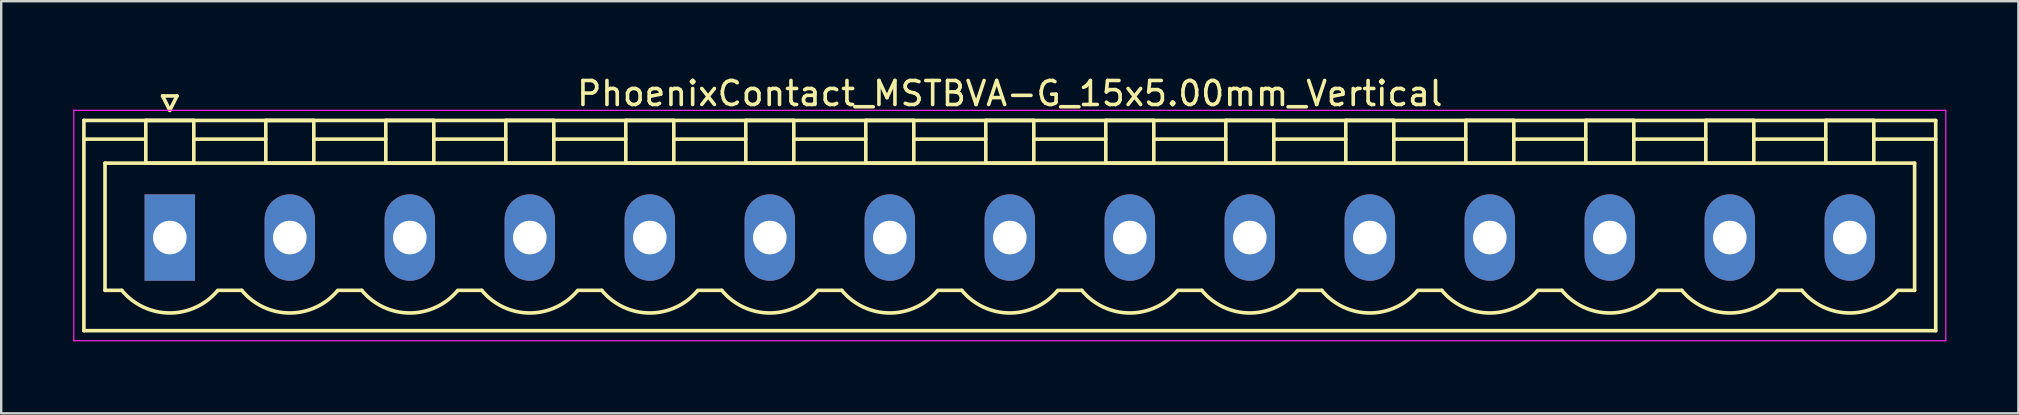
<source format=kicad_pcb>
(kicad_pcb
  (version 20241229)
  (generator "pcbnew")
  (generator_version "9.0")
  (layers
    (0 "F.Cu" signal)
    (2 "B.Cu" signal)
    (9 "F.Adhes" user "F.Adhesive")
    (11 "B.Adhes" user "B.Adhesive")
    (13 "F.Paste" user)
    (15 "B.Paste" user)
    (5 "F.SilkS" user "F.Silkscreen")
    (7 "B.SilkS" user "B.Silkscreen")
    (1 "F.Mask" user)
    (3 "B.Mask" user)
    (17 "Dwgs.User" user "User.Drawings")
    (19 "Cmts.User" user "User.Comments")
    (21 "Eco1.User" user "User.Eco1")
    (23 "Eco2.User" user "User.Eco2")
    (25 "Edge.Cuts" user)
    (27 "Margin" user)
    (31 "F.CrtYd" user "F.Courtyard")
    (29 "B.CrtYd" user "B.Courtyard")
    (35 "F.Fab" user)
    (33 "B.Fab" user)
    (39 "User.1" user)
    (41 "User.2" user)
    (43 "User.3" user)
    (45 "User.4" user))
  (footprint "PhoenixContact_MSTBVA-G_15x5.00mm_Vertical"
    (layer "F.Cu")
    (at 4.025 6.848)
    (property "Reference" "PhoenixContact_MSTBVA-G_15x5.00mm_Vertical" (at 35 -6 0) (layer "F.SilkS") (effects (font (size 1 1) (thickness 0.15))))
    (attr through_hole)
    (fp_line (start -3.58 -4.88) (end -3.58 3.88) (stroke (width 0.15) (type solid)) (layer "F.SilkS"))
    (fp_line (start -3.58 -4.1) (end -1.08 -4.1) (stroke (width 0.15) (type solid)) (layer "F.SilkS"))
    (fp_line (start -3.58 3.88) (end 73.58 3.88) (stroke (width 0.15) (type solid)) (layer "F.SilkS"))
    (fp_line (start -2.7 -3.1) (end 72.7 -3.1) (stroke (width 0.15) (type solid)) (layer "F.SilkS"))
    (fp_line (start -2.7 2.2) (end -2.7 -3.1) (stroke (width 0.15) (type solid)) (layer "F.SilkS"))
    (fp_line (start -2 2.2) (end -2.7 2.2) (stroke (width 0.15) (type solid)) (layer "F.SilkS"))
    (fp_line (start -1 -4.88) (end 1 -4.88) (stroke (width 0.15) (type solid)) (layer "F.SilkS"))
    (fp_line (start -1 -3.1) (end -1 -4.88) (stroke (width 0.15) (type solid)) (layer "F.SilkS"))
    (fp_line (start -0.3 -5.9) (end 0 -5.3) (stroke (width 0.15) (type solid)) (layer "F.SilkS"))
    (fp_line (start 0 -5.3) (end 0.3 -5.9) (stroke (width 0.15) (type solid)) (layer "F.SilkS"))
    (fp_line (start 0.3 -5.9) (end -0.3 -5.9) (stroke (width 0.15) (type solid)) (layer "F.SilkS"))
    (fp_line (start 1 -4.88) (end 1 -3.1) (stroke (width 0.15) (type solid)) (layer "F.SilkS"))
    (fp_line (start 1 -4.1) (end 4 -4.1) (stroke (width 0.15) (type solid)) (layer "F.SilkS"))
    (fp_line (start 1 -3.1) (end -1 -3.1) (stroke (width 0.15) (type solid)) (layer "F.SilkS"))
    (fp_line (start 2 2.2) (end 3 2.2) (stroke (width 0.15) (type solid)) (layer "F.SilkS"))
    (fp_line (start 4 -4.88) (end 6 -4.88) (stroke (width 0.15) (type solid)) (layer "F.SilkS"))
    (fp_line (start 4 -3.1) (end 4 -4.88) (stroke (width 0.15) (type solid)) (layer "F.SilkS"))
    (fp_line (start 6 -4.88) (end 6 -3.1) (stroke (width 0.15) (type solid)) (layer "F.SilkS"))
    (fp_line (start 6 -4.1) (end 9 -4.1) (stroke (width 0.15) (type solid)) (layer "F.SilkS"))
    (fp_line (start 6 -3.1) (end 4 -3.1) (stroke (width 0.15) (type solid)) (layer "F.SilkS"))
    (fp_line (start 7 2.2) (end 8 2.2) (stroke (width 0.15) (type solid)) (layer "F.SilkS"))
    (fp_line (start 9 -4.88) (end 11 -4.88) (stroke (width 0.15) (type solid)) (layer "F.SilkS"))
    (fp_line (start 9 -3.1) (end 9 -4.88) (stroke (width 0.15) (type solid)) (layer "F.SilkS"))
    (fp_line (start 11 -4.88) (end 11 -3.1) (stroke (width 0.15) (type solid)) (layer "F.SilkS"))
    (fp_line (start 11 -4.1) (end 14 -4.1) (stroke (width 0.15) (type solid)) (layer "F.SilkS"))
    (fp_line (start 11 -3.1) (end 9 -3.1) (stroke (width 0.15) (type solid)) (layer "F.SilkS"))
    (fp_line (start 12 2.2) (end 13 2.2) (stroke (width 0.15) (type solid)) (layer "F.SilkS"))
    (fp_line (start 14 -4.88) (end 16 -4.88) (stroke (width 0.15) (type solid)) (layer "F.SilkS"))
    (fp_line (start 14 -3.1) (end 14 -4.88) (stroke (width 0.15) (type solid)) (layer "F.SilkS"))
    (fp_line (start 16 -4.88) (end 16 -3.1) (stroke (width 0.15) (type solid)) (layer "F.SilkS"))
    (fp_line (start 16 -4.1) (end 19 -4.1) (stroke (width 0.15) (type solid)) (layer "F.SilkS"))
    (fp_line (start 16 -3.1) (end 14 -3.1) (stroke (width 0.15) (type solid)) (layer "F.SilkS"))
    (fp_line (start 17 2.2) (end 18 2.2) (stroke (width 0.15) (type solid)) (layer "F.SilkS"))
    (fp_line (start 19 -4.88) (end 21 -4.88) (stroke (width 0.15) (type solid)) (layer "F.SilkS"))
    (fp_line (start 19 -3.1) (end 19 -4.88) (stroke (width 0.15) (type solid)) (layer "F.SilkS"))
    (fp_line (start 21 -4.88) (end 21 -3.1) (stroke (width 0.15) (type solid)) (layer "F.SilkS"))
    (fp_line (start 21 -4.1) (end 24 -4.1) (stroke (width 0.15) (type solid)) (layer "F.SilkS"))
    (fp_line (start 21 -3.1) (end 19 -3.1) (stroke (width 0.15) (type solid)) (layer "F.SilkS"))
    (fp_line (start 22 2.2) (end 23 2.2) (stroke (width 0.15) (type solid)) (layer "F.SilkS"))
    (fp_line (start 24 -4.88) (end 26 -4.88) (stroke (width 0.15) (type solid)) (layer "F.SilkS"))
    (fp_line (start 24 -3.1) (end 24 -4.88) (stroke (width 0.15) (type solid)) (layer "F.SilkS"))
    (fp_line (start 26 -4.88) (end 26 -3.1) (stroke (width 0.15) (type solid)) (layer "F.SilkS"))
    (fp_line (start 26 -4.1) (end 29 -4.1) (stroke (width 0.15) (type solid)) (layer "F.SilkS"))
    (fp_line (start 26 -3.1) (end 24 -3.1) (stroke (width 0.15) (type solid)) (layer "F.SilkS"))
    (fp_line (start 27 2.2) (end 28 2.2) (stroke (width 0.15) (type solid)) (layer "F.SilkS"))
    (fp_line (start 29 -4.88) (end 31 -4.88) (stroke (width 0.15) (type solid)) (layer "F.SilkS"))
    (fp_line (start 29 -3.1) (end 29 -4.88) (stroke (width 0.15) (type solid)) (layer "F.SilkS"))
    (fp_line (start 31 -4.88) (end 31 -3.1) (stroke (width 0.15) (type solid)) (layer "F.SilkS"))
    (fp_line (start 31 -4.1) (end 34 -4.1) (stroke (width 0.15) (type solid)) (layer "F.SilkS"))
    (fp_line (start 31 -3.1) (end 29 -3.1) (stroke (width 0.15) (type solid)) (layer "F.SilkS"))
    (fp_line (start 32 2.2) (end 33 2.2) (stroke (width 0.15) (type solid)) (layer "F.SilkS"))
    (fp_line (start 34 -4.88) (end 36 -4.88) (stroke (width 0.15) (type solid)) (layer "F.SilkS"))
    (fp_line (start 34 -3.1) (end 34 -4.88) (stroke (width 0.15) (type solid)) (layer "F.SilkS"))
    (fp_line (start 36 -4.88) (end 36 -3.1) (stroke (width 0.15) (type solid)) (layer "F.SilkS"))
    (fp_line (start 36 -4.1) (end 39 -4.1) (stroke (width 0.15) (type solid)) (layer "F.SilkS"))
    (fp_line (start 36 -3.1) (end 34 -3.1) (stroke (width 0.15) (type solid)) (layer "F.SilkS"))
    (fp_line (start 37 2.2) (end 38 2.2) (stroke (width 0.15) (type solid)) (layer "F.SilkS"))
    (fp_line (start 39 -4.88) (end 41 -4.88) (stroke (width 0.15) (type solid)) (layer "F.SilkS"))
    (fp_line (start 39 -3.1) (end 39 -4.88) (stroke (width 0.15) (type solid)) (layer "F.SilkS"))
    (fp_line (start 41 -4.88) (end 41 -3.1) (stroke (width 0.15) (type solid)) (layer "F.SilkS"))
    (fp_line (start 41 -4.1) (end 44 -4.1) (stroke (width 0.15) (type solid)) (layer "F.SilkS"))
    (fp_line (start 41 -3.1) (end 39 -3.1) (stroke (width 0.15) (type solid)) (layer "F.SilkS"))
    (fp_line (start 42 2.2) (end 43 2.2) (stroke (width 0.15) (type solid)) (layer "F.SilkS"))
    (fp_line (start 44 -4.88) (end 46 -4.88) (stroke (width 0.15) (type solid)) (layer "F.SilkS"))
    (fp_line (start 44 -3.1) (end 44 -4.88) (stroke (width 0.15) (type solid)) (layer "F.SilkS"))
    (fp_line (start 46 -4.88) (end 46 -3.1) (stroke (width 0.15) (type solid)) (layer "F.SilkS"))
    (fp_line (start 46 -4.1) (end 49 -4.1) (stroke (width 0.15) (type solid)) (layer "F.SilkS"))
    (fp_line (start 46 -3.1) (end 44 -3.1) (stroke (width 0.15) (type solid)) (layer "F.SilkS"))
    (fp_line (start 47 2.2) (end 48 2.2) (stroke (width 0.15) (type solid)) (layer "F.SilkS"))
    (fp_line (start 49 -4.88) (end 51 -4.88) (stroke (width 0.15) (type solid)) (layer "F.SilkS"))
    (fp_line (start 49 -3.1) (end 49 -4.88) (stroke (width 0.15) (type solid)) (layer "F.SilkS"))
    (fp_line (start 51 -4.88) (end 51 -3.1) (stroke (width 0.15) (type solid)) (layer "F.SilkS"))
    (fp_line (start 51 -4.1) (end 54 -4.1) (stroke (width 0.15) (type solid)) (layer "F.SilkS"))
    (fp_line (start 51 -3.1) (end 49 -3.1) (stroke (width 0.15) (type solid)) (layer "F.SilkS"))
    (fp_line (start 52 2.2) (end 53 2.2) (stroke (width 0.15) (type solid)) (layer "F.SilkS"))
    (fp_line (start 54 -4.88) (end 56 -4.88) (stroke (width 0.15) (type solid)) (layer "F.SilkS"))
    (fp_line (start 54 -3.1) (end 54 -4.88) (stroke (width 0.15) (type solid)) (layer "F.SilkS"))
    (fp_line (start 56 -4.88) (end 56 -3.1) (stroke (width 0.15) (type solid)) (layer "F.SilkS"))
    (fp_line (start 56 -4.1) (end 59 -4.1) (stroke (width 0.15) (type solid)) (layer "F.SilkS"))
    (fp_line (start 56 -3.1) (end 54 -3.1) (stroke (width 0.15) (type solid)) (layer "F.SilkS"))
    (fp_line (start 57 2.2) (end 58 2.2) (stroke (width 0.15) (type solid)) (layer "F.SilkS"))
    (fp_line (start 59 -4.88) (end 61 -4.88) (stroke (width 0.15) (type solid)) (layer "F.SilkS"))
    (fp_line (start 59 -3.1) (end 59 -4.88) (stroke (width 0.15) (type solid)) (layer "F.SilkS"))
    (fp_line (start 61 -4.88) (end 61 -3.1) (stroke (width 0.15) (type solid)) (layer "F.SilkS"))
    (fp_line (start 61 -4.1) (end 64 -4.1) (stroke (width 0.15) (type solid)) (layer "F.SilkS"))
    (fp_line (start 61 -3.1) (end 59 -3.1) (stroke (width 0.15) (type solid)) (layer "F.SilkS"))
    (fp_line (start 62 2.2) (end 63 2.2) (stroke (width 0.15) (type solid)) (layer "F.SilkS"))
    (fp_line (start 64 -4.88) (end 66 -4.88) (stroke (width 0.15) (type solid)) (layer "F.SilkS"))
    (fp_line (start 64 -3.1) (end 64 -4.88) (stroke (width 0.15) (type solid)) (layer "F.SilkS"))
    (fp_line (start 66 -4.88) (end 66 -3.1) (stroke (width 0.15) (type solid)) (layer "F.SilkS"))
    (fp_line (start 66 -4.1) (end 69 -4.1) (stroke (width 0.15) (type solid)) (layer "F.SilkS"))
    (fp_line (start 66 -3.1) (end 64 -3.1) (stroke (width 0.15) (type solid)) (layer "F.SilkS"))
    (fp_line (start 67 2.2) (end 68 2.2) (stroke (width 0.15) (type solid)) (layer "F.SilkS"))
    (fp_line (start 69 -4.88) (end 71 -4.88) (stroke (width 0.15) (type solid)) (layer "F.SilkS"))
    (fp_line (start 69 -3.1) (end 69 -4.88) (stroke (width 0.15) (type solid)) (layer "F.SilkS"))
    (fp_line (start 71 -4.88) (end 71 -3.1) (stroke (width 0.15) (type solid)) (layer "F.SilkS"))
    (fp_line (start 71 -3.1) (end 69 -3.1) (stroke (width 0.15) (type solid)) (layer "F.SilkS"))
    (fp_line (start 72.7 -3.1) (end 72.7 2.2) (stroke (width 0.15) (type solid)) (layer "F.SilkS"))
    (fp_line (start 72.7 2.2) (end 72 2.2) (stroke (width 0.15) (type solid)) (layer "F.SilkS"))
    (fp_line (start 73.58 -4.88) (end -3.58 -4.88) (stroke (width 0.15) (type solid)) (layer "F.SilkS"))
    (fp_line (start 73.58 -4.1) (end 71.08 -4.1) (stroke (width 0.15) (type solid)) (layer "F.SilkS"))
    (fp_line (start 73.58 3.88) (end 73.58 -4.88) (stroke (width 0.15) (type solid)) (layer "F.SilkS"))
    (fp_arc (start 1.986842 2.215821) (mid -0.010289 3.142758) (end -2 2.2) (stroke (width 0.15) (type solid)) (layer "F.SilkS"))
    (fp_arc (start 6.986842 2.215821) (mid 4.989711 3.142758) (end 3 2.2) (stroke (width 0.15) (type solid)) (layer "F.SilkS"))
    (fp_arc (start 11.986842 2.215821) (mid 9.989711 3.142758) (end 8 2.2) (stroke (width 0.15) (type solid)) (layer "F.SilkS"))
    (fp_arc (start 16.986842 2.215821) (mid 14.989711 3.142758) (end 13 2.2) (stroke (width 0.15) (type solid)) (layer "F.SilkS"))
    (fp_arc (start 21.986842 2.215821) (mid 19.989711 3.142758) (end 18 2.2) (stroke (width 0.15) (type solid)) (layer "F.SilkS"))
    (fp_arc (start 26.986842 2.215821) (mid 24.989711 3.142758) (end 23 2.2) (stroke (width 0.15) (type solid)) (layer "F.SilkS"))
    (fp_arc (start 31.986842 2.215821) (mid 29.989711 3.142758) (end 28 2.2) (stroke (width 0.15) (type solid)) (layer "F.SilkS"))
    (fp_arc (start 36.986842 2.215821) (mid 34.989711 3.142758) (end 33 2.2) (stroke (width 0.15) (type solid)) (layer "F.SilkS"))
    (fp_arc (start 41.986842 2.215821) (mid 39.989711 3.142758) (end 38 2.2) (stroke (width 0.15) (type solid)) (layer "F.SilkS"))
    (fp_arc (start 46.986842 2.215821) (mid 44.989711 3.142758) (end 43 2.2) (stroke (width 0.15) (type solid)) (layer "F.SilkS"))
    (fp_arc (start 51.986842 2.215821) (mid 49.989711 3.142758) (end 48 2.2) (stroke (width 0.15) (type solid)) (layer "F.SilkS"))
    (fp_arc (start 56.986842 2.215821) (mid 54.989711 3.142758) (end 53 2.2) (stroke (width 0.15) (type solid)) (layer "F.SilkS"))
    (fp_arc (start 61.986842 2.215821) (mid 59.989711 3.142758) (end 58 2.2) (stroke (width 0.15) (type solid)) (layer "F.SilkS"))
    (fp_arc (start 66.986842 2.215821) (mid 64.989711 3.142758) (end 63 2.2) (stroke (width 0.15) (type solid)) (layer "F.SilkS"))
    (fp_arc (start 71.986842 2.215821) (mid 69.989711 3.142758) (end 68 2.2) (stroke (width 0.15) (type solid)) (layer "F.SilkS"))
    (fp_line (start -4 -5.3) (end -4 4.3) (stroke (width 0.05) (type solid)) (layer "F.CrtYd"))
    (fp_line (start -4 4.3) (end 74 4.3) (stroke (width 0.05) (type solid)) (layer "F.CrtYd"))
    (fp_line (start 74 -5.3) (end -4 -5.3) (stroke (width 0.05) (type solid)) (layer "F.CrtYd"))
    (fp_line (start 74 4.3) (end 74 -5.3) (stroke (width 0.05) (type solid)) (layer "F.CrtYd"))
    (pad "1" thru_hole rect (at 0 0) (size 2.1 3.6) (drill 1.4) (layers "*.Cu" "*.Mask"))
    (pad "2" thru_hole oval (at 5 0) (size 2.1 3.6) (drill 1.4) (layers "*.Cu" "*.Mask"))
    (pad "3" thru_hole oval (at 10 0) (size 2.1 3.6) (drill 1.4) (layers "*.Cu" "*.Mask"))
    (pad "4" thru_hole oval (at 15 0) (size 2.1 3.6) (drill 1.4) (layers "*.Cu" "*.Mask"))
    (pad "5" thru_hole oval (at 20 0) (size 2.1 3.6) (drill 1.4) (layers "*.Cu" "*.Mask"))
    (pad "6" thru_hole oval (at 25 0) (size 2.1 3.6) (drill 1.4) (layers "*.Cu" "*.Mask"))
    (pad "7" thru_hole oval (at 30 0) (size 2.1 3.6) (drill 1.4) (layers "*.Cu" "*.Mask"))
    (pad "8" thru_hole oval (at 35 0) (size 2.1 3.6) (drill 1.4) (layers "*.Cu" "*.Mask"))
    (pad "9" thru_hole oval (at 40 0) (size 2.1 3.6) (drill 1.4) (layers "*.Cu" "*.Mask"))
    (pad "10" thru_hole oval (at 45 0) (size 2.1 3.6) (drill 1.4) (layers "*.Cu" "*.Mask"))
    (pad "11" thru_hole oval (at 50 0) (size 2.1 3.6) (drill 1.4) (layers "*.Cu" "*.Mask"))
    (pad "12" thru_hole oval (at 55 0) (size 2.1 3.6) (drill 1.4) (layers "*.Cu" "*.Mask"))
    (pad "13" thru_hole oval (at 60 0) (size 2.1 3.6) (drill 1.4) (layers "*.Cu" "*.Mask"))
    (pad "14" thru_hole oval (at 65 0) (size 2.1 3.6) (drill 1.4) (layers "*.Cu" "*.Mask"))
    (pad "15" thru_hole oval (at 70 0) (size 2.1 3.6) (drill 1.4) (layers "*.Cu" "*.Mask")))
  (gr_rect
    (start -3 -3)
    (end 81.05 14.173)
    (stroke (width 0.1) (type default))
    (fill no)
    (layer "Edge.Cuts")))
</source>
